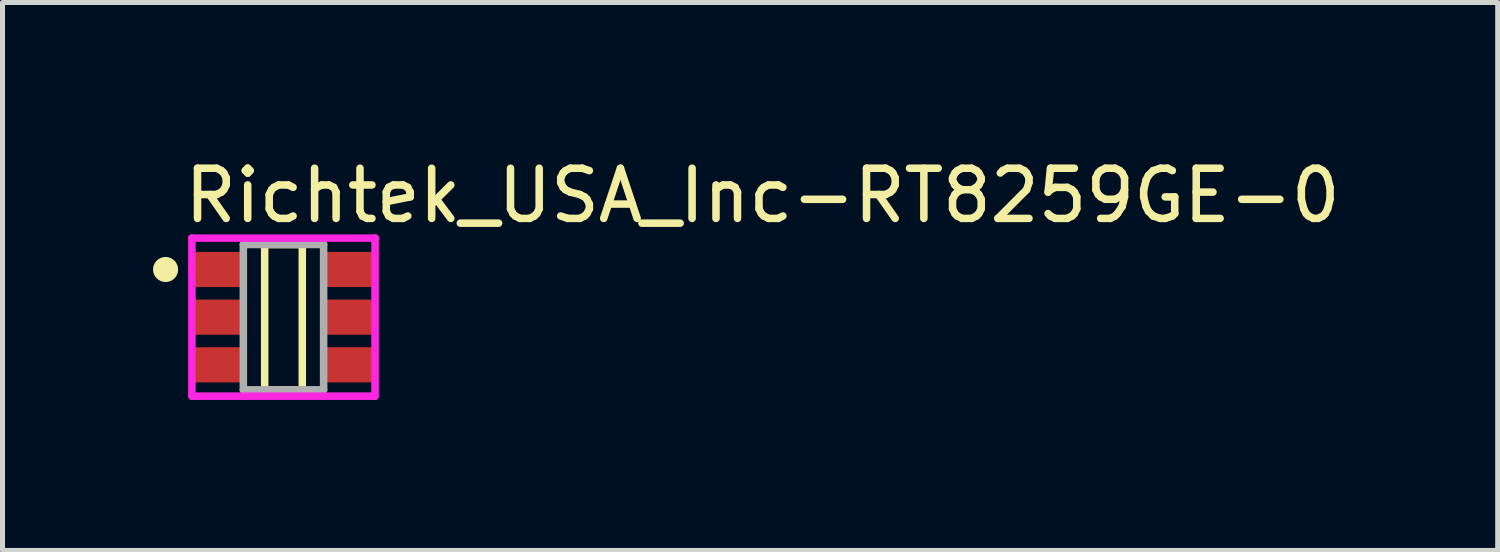
<source format=kicad_pcb>
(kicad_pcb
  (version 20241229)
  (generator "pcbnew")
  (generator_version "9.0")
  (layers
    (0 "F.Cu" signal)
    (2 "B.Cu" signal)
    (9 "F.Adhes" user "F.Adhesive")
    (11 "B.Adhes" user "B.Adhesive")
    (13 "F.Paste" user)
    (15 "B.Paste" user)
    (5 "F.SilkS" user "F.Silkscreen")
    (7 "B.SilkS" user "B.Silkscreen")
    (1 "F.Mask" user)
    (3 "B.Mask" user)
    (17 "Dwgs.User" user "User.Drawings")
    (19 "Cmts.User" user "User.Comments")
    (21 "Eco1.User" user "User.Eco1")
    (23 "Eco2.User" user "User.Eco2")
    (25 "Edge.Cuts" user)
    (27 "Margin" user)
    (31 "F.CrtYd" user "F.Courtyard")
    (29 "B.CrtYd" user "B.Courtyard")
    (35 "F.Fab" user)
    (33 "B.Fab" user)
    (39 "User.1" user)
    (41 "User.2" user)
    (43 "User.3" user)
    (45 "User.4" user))
  (footprint "Richtek_USA_Inc-RT8259GE-0"
    (layer "F.Cu")
    (at 2.6 3.271)
    (property "Reference" "Richtek_USA_Inc-RT8259GE-0" (at -2.05 -2.423 0) (layer "F.SilkS") (effects (font (size 1 1) (thickness 0.15)) (justify left)))
    (attr through_hole)
    (fp_line (start -0.375 -1.448) (end 0.375 -1.448) (stroke (width 0.15) (type solid)) (layer "F.SilkS"))
    (fp_line (start -0.375 1.448) (end -0.375 -1.448) (stroke (width 0.15) (type solid)) (layer "F.SilkS"))
    (fp_line (start 0.375 -1.448) (end 0.375 1.448) (stroke (width 0.15) (type solid)) (layer "F.SilkS"))
    (fp_line (start 0.375 1.448) (end -0.375 1.448) (stroke (width 0.15) (type solid)) (layer "F.SilkS"))
    (fp_circle (center -2.35 -0.95) (end -2.225 -0.95) (stroke (width 0.25) (type solid)) (fill no) (layer "F.SilkS"))
    (fp_line (start -1.825 -1.575) (end -1.825 1.575) (stroke (width 0.15) (type solid)) (layer "F.CrtYd"))
    (fp_line (start -1.825 1.575) (end 1.825 1.575) (stroke (width 0.15) (type solid)) (layer "F.CrtYd"))
    (fp_line (start 1.825 -1.575) (end -1.825 -1.575) (stroke (width 0.15) (type solid)) (layer "F.CrtYd"))
    (fp_line (start 1.825 -1.575) (end 1.825 -1.575) (stroke (width 0.15) (type solid)) (layer "F.CrtYd"))
    (fp_line (start 1.825 1.575) (end 1.825 -1.575) (stroke (width 0.15) (type solid)) (layer "F.CrtYd"))
    (fp_line (start -0.8 -1.448) (end 0.8 -1.448) (stroke (width 0.15) (type solid)) (layer "F.Fab"))
    (fp_line (start -0.8 1.448) (end -0.8 -1.448) (stroke (width 0.15) (type solid)) (layer "F.Fab"))
    (fp_line (start 0.8 -1.448) (end 0.8 1.448) (stroke (width 0.15) (type solid)) (layer "F.Fab"))
    (fp_line (start 0.8 1.448) (end -0.8 1.448) (stroke (width 0.15) (type solid)) (layer "F.Fab"))
    (pad "1" smd rect (at -1.3 -0.95) (size 1 0.7) (layers "F.Cu" "F.Mask" "F.Paste"))
    (pad "2" smd rect (at -1.3 0) (size 1 0.7) (layers "F.Cu" "F.Mask" "F.Paste"))
    (pad "3" smd rect (at -1.3 0.95) (size 1 0.7) (layers "F.Cu" "F.Mask" "F.Paste"))
    (pad "4" smd rect (at 1.3 0.95) (size 1 0.7) (layers "F.Cu" "F.Mask" "F.Paste"))
    (pad "5" smd rect (at 1.3 0) (size 1 0.7) (layers "F.Cu" "F.Mask" "F.Paste"))
    (pad "6" smd rect (at 1.3 -0.95) (size 1 0.7) (layers "F.Cu" "F.Mask" "F.Paste")))
  (gr_rect
    (start -3 -3)
    (end 26.8 7.92)
    (stroke (width 0.1) (type default))
    (fill no)
    (layer "Edge.Cuts")))
</source>
